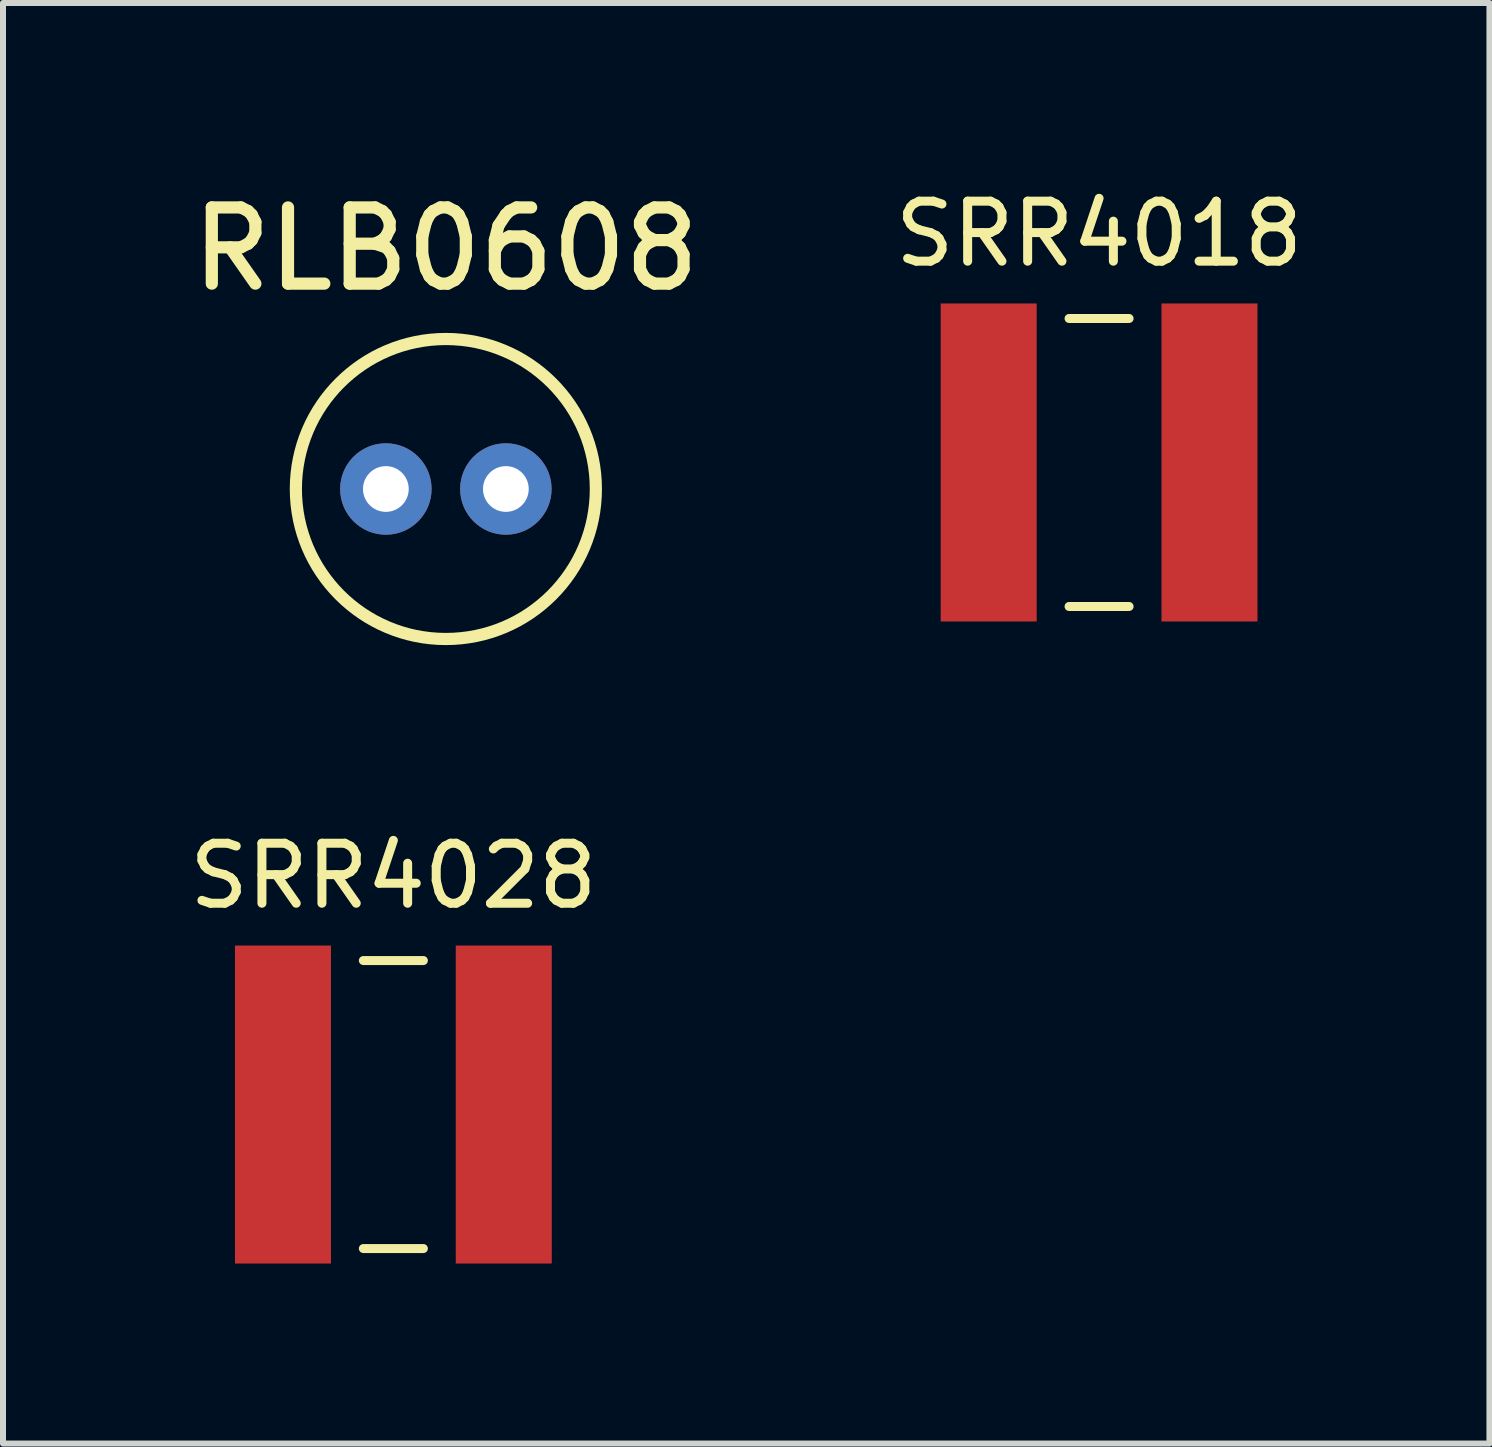
<source format=kicad_pcb>
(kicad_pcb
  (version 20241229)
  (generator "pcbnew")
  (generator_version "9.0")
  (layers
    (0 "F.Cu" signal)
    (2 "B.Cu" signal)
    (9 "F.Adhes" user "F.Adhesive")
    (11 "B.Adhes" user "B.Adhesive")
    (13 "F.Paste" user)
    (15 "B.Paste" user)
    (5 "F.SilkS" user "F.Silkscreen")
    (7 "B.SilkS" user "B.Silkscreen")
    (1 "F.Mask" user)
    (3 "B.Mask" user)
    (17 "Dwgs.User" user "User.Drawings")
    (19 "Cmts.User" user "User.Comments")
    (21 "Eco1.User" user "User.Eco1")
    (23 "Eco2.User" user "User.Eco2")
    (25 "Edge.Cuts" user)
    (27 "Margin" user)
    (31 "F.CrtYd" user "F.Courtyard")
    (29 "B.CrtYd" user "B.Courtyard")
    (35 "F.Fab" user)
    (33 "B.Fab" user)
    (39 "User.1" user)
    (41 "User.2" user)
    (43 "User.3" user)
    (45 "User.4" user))
  (footprint "RLB0608"
    (layer "F.Cu")
    (at 4.381 5.1)
    (property "Reference" "RLB0608" (at 0 -4 0) (layer "F.SilkS") (effects (font (size 1.27 1.27) (thickness 0.203))))
    (attr through_hole)
    (fp_circle (center 0 0) (end 2.5 0) (stroke (width 0.203) (type solid)) (fill no) (layer "F.SilkS"))
    (pad "1" thru_hole circle (at -1 0) (size 1.524 1.524) (drill 0.762) (layers "*.Cu" "*.Mask"))
    (pad "2" thru_hole circle (at 1 0) (size 1.524 1.524) (drill 0.762) (layers "*.Cu" "*.Mask")))
  (footprint "SRR4028"
    (layer "F.Cu")
    (at 3.506 15.359)
    (property "Reference" "SRR4028" (at 0 -3.81 0) (layer "F.SilkS") (effects (font (size 1 1) (thickness 0.15))))
    (attr through_hole)
    (fp_line (start -0.5 -2.4) (end 0.5 -2.4) (stroke (width 0.15) (type solid)) (layer "F.SilkS"))
    (fp_line (start -0.5 2.4) (end 0.5 2.4) (stroke (width 0.15) (type solid)) (layer "F.SilkS"))
    (pad "1" smd rect (at -1.84 0) (size 1.6 5.3) (layers "F.Cu" "F.Mask" "F.Paste"))
    (pad "2" smd rect (at 1.84 0) (size 1.6 5.3) (layers "F.Cu" "F.Mask" "F.Paste")))
  (footprint "SRR4018"
    (layer "F.Cu")
    (at 15.268 4.658)
    (property "Reference" "SRR4018" (at 0 -3.81 0) (layer "F.SilkS") (effects (font (size 1 1) (thickness 0.15))))
    (attr through_hole)
    (fp_line (start -0.5 -2.4) (end 0.5 -2.4) (stroke (width 0.15) (type solid)) (layer "F.SilkS"))
    (fp_line (start -0.5 2.4) (end 0.5 2.4) (stroke (width 0.15) (type solid)) (layer "F.SilkS"))
    (pad "1" smd rect (at -1.84 0) (size 1.6 5.3) (layers "F.Cu" "F.Mask" "F.Paste"))
    (pad "2" smd rect (at 1.84 0) (size 1.6 5.3) (layers "F.Cu" "F.Mask" "F.Paste")))
  (gr_rect
    (start -3 -3)
    (end 21.774 21.009)
    (stroke (width 0.1) (type default))
    (fill no)
    (layer "Edge.Cuts")))
</source>
